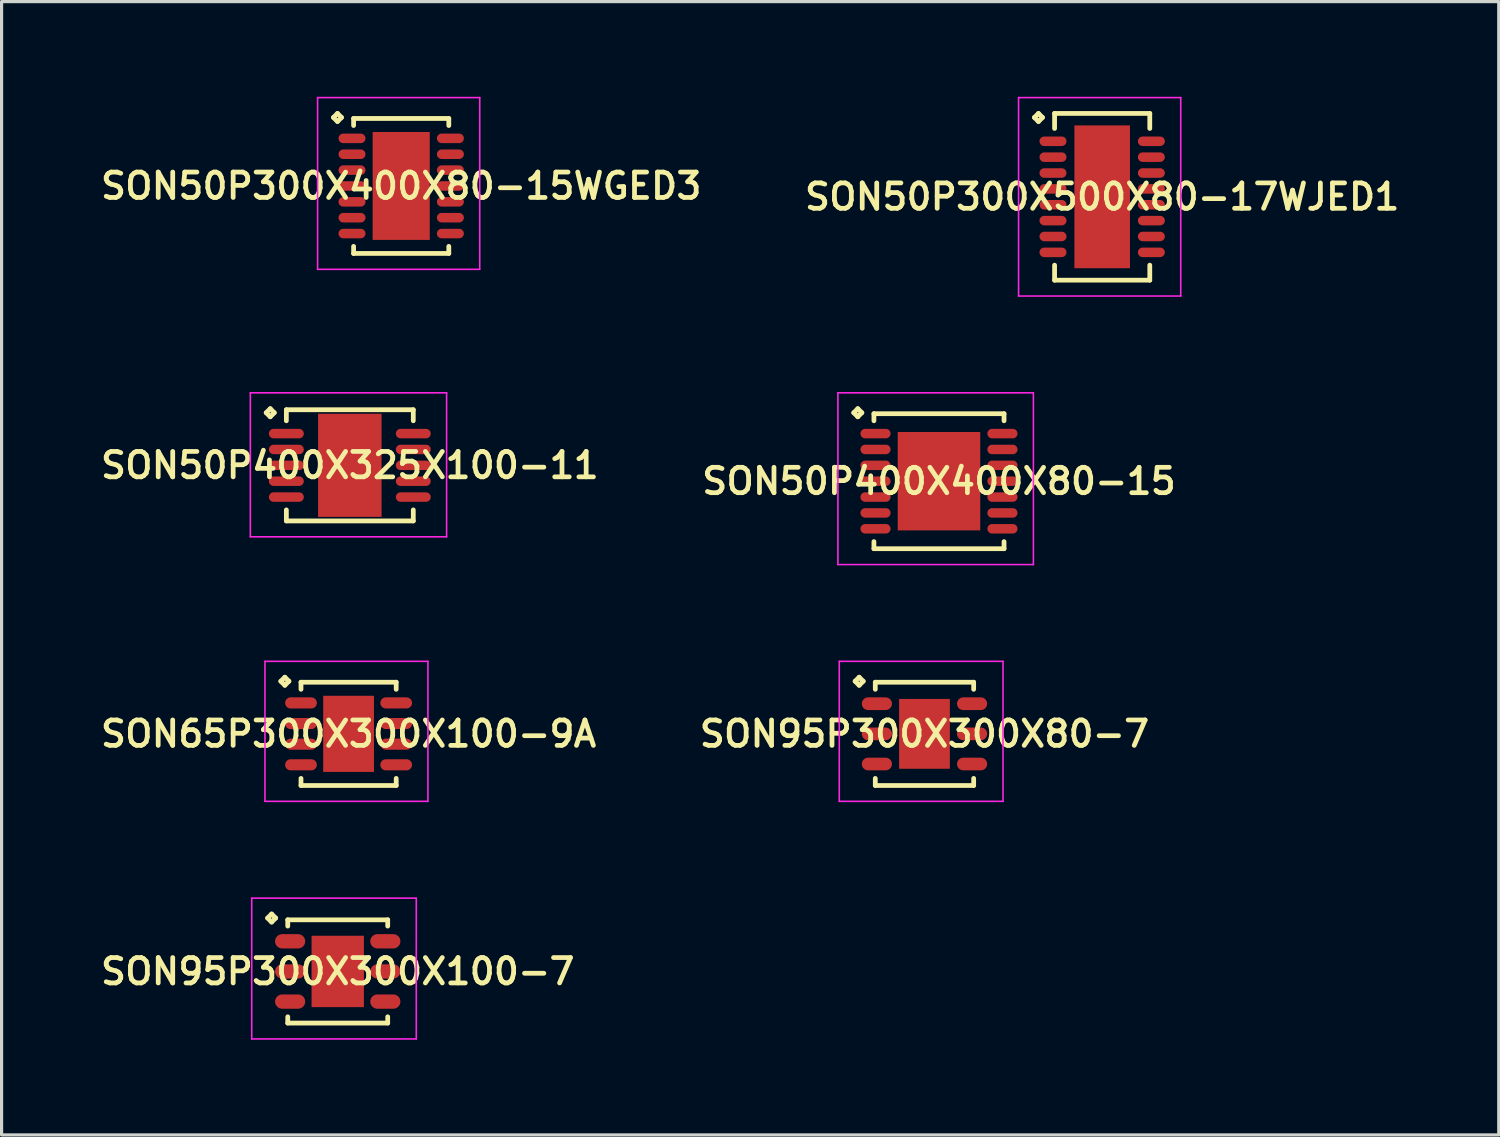
<source format=kicad_pcb>
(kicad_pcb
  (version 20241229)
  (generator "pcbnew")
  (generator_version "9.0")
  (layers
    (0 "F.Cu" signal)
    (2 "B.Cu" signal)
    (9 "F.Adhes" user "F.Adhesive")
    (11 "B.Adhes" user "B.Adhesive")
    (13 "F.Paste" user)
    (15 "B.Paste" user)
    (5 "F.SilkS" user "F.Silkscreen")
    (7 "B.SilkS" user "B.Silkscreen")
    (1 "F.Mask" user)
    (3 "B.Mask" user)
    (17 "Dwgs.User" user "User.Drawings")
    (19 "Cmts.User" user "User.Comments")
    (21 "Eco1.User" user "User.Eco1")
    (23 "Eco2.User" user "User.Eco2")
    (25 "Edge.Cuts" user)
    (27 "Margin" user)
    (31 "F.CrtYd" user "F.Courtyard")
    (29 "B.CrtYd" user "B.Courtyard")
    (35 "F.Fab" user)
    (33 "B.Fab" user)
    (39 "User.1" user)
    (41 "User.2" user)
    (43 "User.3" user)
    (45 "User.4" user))
  (footprint "SON50P400X325X100-11"
    (layer "F.Cu")
    (at 7.974 11.614)
    (property "Reference" "SON50P400X325X100-11" (at 0 0 0) (layer "F.SilkS") (effects (font (size 0.8 0.8) (thickness 0.15))))
    (attr smd)
    (fp_line (start -2.635 -1.658) (end -2.508 -1.785) (stroke (width 0.15) (type solid)) (layer "F.SilkS"))
    (fp_line (start -2.508 -1.785) (end -2.381 -1.658) (stroke (width 0.15) (type solid)) (layer "F.SilkS"))
    (fp_line (start -2.508 -1.531) (end -2.635 -1.658) (stroke (width 0.15) (type solid)) (layer "F.SilkS"))
    (fp_line (start -2.381 -1.658) (end -2.508 -1.531) (stroke (width 0.15) (type solid)) (layer "F.SilkS"))
    (fp_line (start -2 -1.752) (end 2 -1.752) (stroke (width 0.15) (type solid)) (layer "F.SilkS"))
    (fp_line (start -2 -1.404) (end -2 -1.752) (stroke (width 0.15) (type solid)) (layer "F.SilkS"))
    (fp_line (start -2 1.404) (end -2 1.752) (stroke (width 0.15) (type solid)) (layer "F.SilkS"))
    (fp_line (start -2 1.752) (end 2 1.752) (stroke (width 0.15) (type solid)) (layer "F.SilkS"))
    (fp_line (start 2 -1.752) (end 2 -1.404) (stroke (width 0.15) (type solid)) (layer "F.SilkS"))
    (fp_line (start 2 1.752) (end 2 1.404) (stroke (width 0.15) (type solid)) (layer "F.SilkS"))
    (fp_line (start -3.135 -2.285) (end 3.05 -2.285) (stroke (width 0.05) (type solid)) (layer "F.CrtYd"))
    (fp_line (start -3.135 2.252) (end -3.135 -2.285) (stroke (width 0.05) (type solid)) (layer "F.CrtYd"))
    (fp_line (start 3.05 -2.285) (end 3.05 2.252) (stroke (width 0.05) (type solid)) (layer "F.CrtYd"))
    (fp_line (start 3.05 2.252) (end -3.135 2.252) (stroke (width 0.05) (type solid)) (layer "F.CrtYd"))
    (pad "1" smd oval (at -2 -1) (size 1.1 0.3) (layers "F.Cu" "F.Mask" "F.Paste"))
    (pad "2" smd oval (at -2 -0.5) (size 1.1 0.3) (layers "F.Cu" "F.Mask" "F.Paste"))
    (pad "3" smd oval (at -2 0) (size 1.1 0.3) (layers "F.Cu" "F.Mask" "F.Paste"))
    (pad "4" smd oval (at -2 0.5) (size 1.1 0.3) (layers "F.Cu" "F.Mask" "F.Paste"))
    (pad "5" smd oval (at -2 1) (size 1.1 0.3) (layers "F.Cu" "F.Mask" "F.Paste"))
    (pad "6" smd oval (at 2 1) (size 1.1 0.3) (layers "F.Cu" "F.Mask" "F.Paste"))
    (pad "7" smd oval (at 2 0.5) (size 1.1 0.3) (layers "F.Cu" "F.Mask" "F.Paste"))
    (pad "8" smd oval (at 2 0) (size 1.1 0.3) (layers "F.Cu" "F.Mask" "F.Paste"))
    (pad "9" smd oval (at 2 -0.5) (size 1.1 0.3) (layers "F.Cu" "F.Mask" "F.Paste"))
    (pad "10" smd oval (at 2 -1) (size 1.1 0.3) (layers "F.Cu" "F.Mask" "F.Paste"))
    (pad "11" smd rect (at 0 0) (size 2 3.25) (layers "F.Cu" "F.Mask" "F.Paste")))
  (footprint "SON50P300X400X80-15WGED3"
    (layer "F.Cu")
    (at 9.593 2.81)
    (property "Reference" "SON50P300X400X80-15WGED3" (at 0 0 0) (layer "F.SilkS") (effects (font (size 0.8 0.8) (thickness 0.15))))
    (attr smd)
    (fp_line (start -2.135 -2.158) (end -2.008 -2.285) (stroke (width 0.15) (type solid)) (layer "F.SilkS"))
    (fp_line (start -2.008 -2.285) (end -1.881 -2.158) (stroke (width 0.15) (type solid)) (layer "F.SilkS"))
    (fp_line (start -2.008 -2.031) (end -2.135 -2.158) (stroke (width 0.15) (type solid)) (layer "F.SilkS"))
    (fp_line (start -1.881 -2.158) (end -2.008 -2.031) (stroke (width 0.15) (type solid)) (layer "F.SilkS"))
    (fp_line (start -1.5 -2.127) (end 1.5 -2.127) (stroke (width 0.15) (type solid)) (layer "F.SilkS"))
    (fp_line (start -1.5 -1.904) (end -1.5 -2.127) (stroke (width 0.15) (type solid)) (layer "F.SilkS"))
    (fp_line (start -1.5 1.904) (end -1.5 2.127) (stroke (width 0.15) (type solid)) (layer "F.SilkS"))
    (fp_line (start -1.5 2.127) (end 1.5 2.127) (stroke (width 0.15) (type solid)) (layer "F.SilkS"))
    (fp_line (start 1.5 -2.127) (end 1.5 -1.904) (stroke (width 0.15) (type solid)) (layer "F.SilkS"))
    (fp_line (start 1.5 2.127) (end 1.5 1.904) (stroke (width 0.15) (type solid)) (layer "F.SilkS"))
    (fp_line (start -2.635 -2.785) (end 2.475 -2.785) (stroke (width 0.05) (type solid)) (layer "F.CrtYd"))
    (fp_line (start -2.635 2.627) (end -2.635 -2.785) (stroke (width 0.05) (type solid)) (layer "F.CrtYd"))
    (fp_line (start 2.475 -2.785) (end 2.475 2.627) (stroke (width 0.05) (type solid)) (layer "F.CrtYd"))
    (fp_line (start 2.475 2.627) (end -2.635 2.627) (stroke (width 0.05) (type solid)) (layer "F.CrtYd"))
    (pad "1" smd oval (at -1.55 -1.5) (size 0.85 0.3) (layers "F.Cu" "F.Mask" "F.Paste"))
    (pad "2" smd oval (at -1.55 -1) (size 0.85 0.3) (layers "F.Cu" "F.Mask" "F.Paste"))
    (pad "3" smd oval (at -1.55 -0.5) (size 0.85 0.3) (layers "F.Cu" "F.Mask" "F.Paste"))
    (pad "4" smd oval (at -1.55 0) (size 0.85 0.3) (layers "F.Cu" "F.Mask" "F.Paste"))
    (pad "5" smd oval (at -1.55 0.5) (size 0.85 0.3) (layers "F.Cu" "F.Mask" "F.Paste"))
    (pad "6" smd oval (at -1.55 1) (size 0.85 0.3) (layers "F.Cu" "F.Mask" "F.Paste"))
    (pad "7" smd oval (at -1.55 1.5) (size 0.85 0.3) (layers "F.Cu" "F.Mask" "F.Paste"))
    (pad "8" smd oval (at 1.55 1.5) (size 0.85 0.3) (layers "F.Cu" "F.Mask" "F.Paste"))
    (pad "9" smd oval (at 1.55 1) (size 0.85 0.3) (layers "F.Cu" "F.Mask" "F.Paste"))
    (pad "10" smd oval (at 1.55 0.5) (size 0.85 0.3) (layers "F.Cu" "F.Mask" "F.Paste"))
    (pad "11" smd oval (at 1.55 0) (size 0.85 0.3) (layers "F.Cu" "F.Mask" "F.Paste"))
    (pad "12" smd oval (at 1.55 -0.5) (size 0.85 0.3) (layers "F.Cu" "F.Mask" "F.Paste"))
    (pad "13" smd oval (at 1.55 -1) (size 0.85 0.3) (layers "F.Cu" "F.Mask" "F.Paste"))
    (pad "14" smd oval (at 1.55 -1.5) (size 0.85 0.3) (layers "F.Cu" "F.Mask" "F.Paste"))
    (pad "15" smd rect (at 0 0) (size 1.8 3.4) (layers "F.Cu" "F.Mask" "F.Paste")))
  (footprint "SON95P300X300X100-7"
    (layer "F.Cu")
    (at 7.593 27.563)
    (property "Reference" "SON95P300X300X100-7" (at 0 0 0) (layer "F.SilkS") (effects (font (size 0.8 0.8) (thickness 0.15))))
    (attr smd)
    (fp_line (start -2.21 -1.683) (end -2.083 -1.81) (stroke (width 0.15) (type solid)) (layer "F.SilkS"))
    (fp_line (start -2.083 -1.81) (end -1.956 -1.683) (stroke (width 0.15) (type solid)) (layer "F.SilkS"))
    (fp_line (start -2.083 -1.556) (end -2.21 -1.683) (stroke (width 0.15) (type solid)) (layer "F.SilkS"))
    (fp_line (start -1.956 -1.683) (end -2.083 -1.556) (stroke (width 0.15) (type solid)) (layer "F.SilkS"))
    (fp_line (start -1.575 -1.627) (end 1.575 -1.627) (stroke (width 0.15) (type solid)) (layer "F.SilkS"))
    (fp_line (start -1.575 -1.429) (end -1.575 -1.627) (stroke (width 0.15) (type solid)) (layer "F.SilkS"))
    (fp_line (start -1.575 1.429) (end -1.575 1.627) (stroke (width 0.15) (type solid)) (layer "F.SilkS"))
    (fp_line (start -1.575 1.627) (end 1.575 1.627) (stroke (width 0.15) (type solid)) (layer "F.SilkS"))
    (fp_line (start 1.575 -1.627) (end 1.575 -1.429) (stroke (width 0.15) (type solid)) (layer "F.SilkS"))
    (fp_line (start 1.575 1.627) (end 1.575 1.429) (stroke (width 0.15) (type solid)) (layer "F.SilkS"))
    (fp_line (start -2.71 -2.31) (end 2.475 -2.31) (stroke (width 0.05) (type solid)) (layer "F.CrtYd"))
    (fp_line (start -2.71 2.127) (end -2.71 -2.31) (stroke (width 0.05) (type solid)) (layer "F.CrtYd"))
    (fp_line (start 2.475 -2.31) (end 2.475 2.127) (stroke (width 0.05) (type solid)) (layer "F.CrtYd"))
    (fp_line (start 2.475 2.127) (end -2.71 2.127) (stroke (width 0.05) (type solid)) (layer "F.CrtYd"))
    (pad "1" smd oval (at -1.5 -0.95) (size 0.95 0.45) (layers "F.Cu" "F.Mask" "F.Paste"))
    (pad "2" smd oval (at -1.5 0) (size 0.95 0.45) (layers "F.Cu" "F.Mask" "F.Paste"))
    (pad "3" smd oval (at -1.5 0.95) (size 0.95 0.45) (layers "F.Cu" "F.Mask" "F.Paste"))
    (pad "4" smd oval (at 1.5 0.95) (size 0.95 0.45) (layers "F.Cu" "F.Mask" "F.Paste"))
    (pad "5" smd oval (at 1.5 0) (size 0.95 0.45) (layers "F.Cu" "F.Mask" "F.Paste"))
    (pad "6" smd oval (at 1.5 -0.95) (size 0.95 0.45) (layers "F.Cu" "F.Mask" "F.Paste"))
    (pad "7" smd rect (at 0 0) (size 1.65 2.25) (layers "F.Cu" "F.Mask" "F.Paste")))
  (footprint "SON50P300X500X80-17WJED1"
    (layer "F.Cu")
    (at 31.683 3.152)
    (property "Reference" "SON50P300X500X80-17WJED1" (at 0 0 0) (layer "F.SilkS") (effects (font (size 0.8 0.8) (thickness 0.15))))
    (attr smd)
    (fp_line (start -2.135 -2.5) (end -2.008 -2.627) (stroke (width 0.15) (type solid)) (layer "F.SilkS"))
    (fp_line (start -2.008 -2.627) (end -1.881 -2.5) (stroke (width 0.15) (type solid)) (layer "F.SilkS"))
    (fp_line (start -2.008 -2.373) (end -2.135 -2.5) (stroke (width 0.15) (type solid)) (layer "F.SilkS"))
    (fp_line (start -1.881 -2.5) (end -2.008 -2.373) (stroke (width 0.15) (type solid)) (layer "F.SilkS"))
    (fp_line (start -1.5 -2.627) (end 1.5 -2.627) (stroke (width 0.15) (type solid)) (layer "F.SilkS"))
    (fp_line (start -1.5 -2.154) (end -1.5 -2.627) (stroke (width 0.15) (type solid)) (layer "F.SilkS"))
    (fp_line (start -1.5 2.154) (end -1.5 2.627) (stroke (width 0.15) (type solid)) (layer "F.SilkS"))
    (fp_line (start -1.5 2.627) (end 1.5 2.627) (stroke (width 0.15) (type solid)) (layer "F.SilkS"))
    (fp_line (start 1.5 -2.627) (end 1.5 -2.154) (stroke (width 0.15) (type solid)) (layer "F.SilkS"))
    (fp_line (start 1.5 2.627) (end 1.5 2.154) (stroke (width 0.15) (type solid)) (layer "F.SilkS"))
    (fp_line (start -2.635 -3.127) (end 2.475 -3.127) (stroke (width 0.05) (type solid)) (layer "F.CrtYd"))
    (fp_line (start -2.635 3.127) (end -2.635 -3.127) (stroke (width 0.05) (type solid)) (layer "F.CrtYd"))
    (fp_line (start 2.475 -3.127) (end 2.475 3.127) (stroke (width 0.05) (type solid)) (layer "F.CrtYd"))
    (fp_line (start 2.475 3.127) (end -2.635 3.127) (stroke (width 0.05) (type solid)) (layer "F.CrtYd"))
    (pad "1" smd oval (at -1.55 -1.75) (size 0.85 0.3) (layers "F.Cu" "F.Mask" "F.Paste"))
    (pad "2" smd oval (at -1.55 -1.25) (size 0.85 0.3) (layers "F.Cu" "F.Mask" "F.Paste"))
    (pad "3" smd oval (at -1.55 -0.75) (size 0.85 0.3) (layers "F.Cu" "F.Mask" "F.Paste"))
    (pad "4" smd oval (at -1.55 -0.25) (size 0.85 0.3) (layers "F.Cu" "F.Mask" "F.Paste"))
    (pad "5" smd oval (at -1.55 0.25) (size 0.85 0.3) (layers "F.Cu" "F.Mask" "F.Paste"))
    (pad "6" smd oval (at -1.55 0.75) (size 0.85 0.3) (layers "F.Cu" "F.Mask" "F.Paste"))
    (pad "7" smd oval (at -1.55 1.25) (size 0.85 0.3) (layers "F.Cu" "F.Mask" "F.Paste"))
    (pad "8" smd oval (at -1.55 1.75) (size 0.85 0.3) (layers "F.Cu" "F.Mask" "F.Paste"))
    (pad "9" smd oval (at 1.55 1.75) (size 0.85 0.3) (layers "F.Cu" "F.Mask" "F.Paste"))
    (pad "10" smd oval (at 1.55 1.25) (size 0.85 0.3) (layers "F.Cu" "F.Mask" "F.Paste"))
    (pad "11" smd oval (at 1.55 0.75) (size 0.85 0.3) (layers "F.Cu" "F.Mask" "F.Paste"))
    (pad "12" smd oval (at 1.55 0.25) (size 0.85 0.3) (layers "F.Cu" "F.Mask" "F.Paste"))
    (pad "13" smd oval (at 1.55 -0.25) (size 0.85 0.3) (layers "F.Cu" "F.Mask" "F.Paste"))
    (pad "14" smd oval (at 1.55 -0.75) (size 0.85 0.3) (layers "F.Cu" "F.Mask" "F.Paste"))
    (pad "15" smd oval (at 1.55 -1.25) (size 0.85 0.3) (layers "F.Cu" "F.Mask" "F.Paste"))
    (pad "16" smd oval (at 1.55 -1.75) (size 0.85 0.3) (layers "F.Cu" "F.Mask" "F.Paste"))
    (pad "17" smd rect (at 0 0) (size 1.75 4.5) (layers "F.Cu" "F.Mask" "F.Paste")))
  (footprint "SON95P300X300X80-7"
    (layer "F.Cu")
    (at 26.083 20.076)
    (property "Reference" "SON95P300X300X80-7" (at 0 0 0) (layer "F.SilkS") (effects (font (size 0.8 0.8) (thickness 0.15))))
    (attr smd)
    (fp_line (start -2.185 -1.658) (end -2.058 -1.785) (stroke (width 0.15) (type solid)) (layer "F.SilkS"))
    (fp_line (start -2.058 -1.785) (end -1.931 -1.658) (stroke (width 0.15) (type solid)) (layer "F.SilkS"))
    (fp_line (start -2.058 -1.531) (end -2.185 -1.658) (stroke (width 0.15) (type solid)) (layer "F.SilkS"))
    (fp_line (start -1.931 -1.658) (end -2.058 -1.531) (stroke (width 0.15) (type solid)) (layer "F.SilkS"))
    (fp_line (start -1.55 -1.627) (end 1.55 -1.627) (stroke (width 0.15) (type solid)) (layer "F.SilkS"))
    (fp_line (start -1.55 -1.404) (end -1.55 -1.627) (stroke (width 0.15) (type solid)) (layer "F.SilkS"))
    (fp_line (start -1.55 1.404) (end -1.55 1.627) (stroke (width 0.15) (type solid)) (layer "F.SilkS"))
    (fp_line (start -1.55 1.627) (end 1.55 1.627) (stroke (width 0.15) (type solid)) (layer "F.SilkS"))
    (fp_line (start 1.55 -1.627) (end 1.55 -1.404) (stroke (width 0.15) (type solid)) (layer "F.SilkS"))
    (fp_line (start 1.55 1.627) (end 1.55 1.404) (stroke (width 0.15) (type solid)) (layer "F.SilkS"))
    (fp_line (start -2.685 -2.285) (end 2.475 -2.285) (stroke (width 0.05) (type solid)) (layer "F.CrtYd"))
    (fp_line (start -2.685 2.127) (end -2.685 -2.285) (stroke (width 0.05) (type solid)) (layer "F.CrtYd"))
    (fp_line (start 2.475 -2.285) (end 2.475 2.127) (stroke (width 0.05) (type solid)) (layer "F.CrtYd"))
    (fp_line (start 2.475 2.127) (end -2.685 2.127) (stroke (width 0.05) (type solid)) (layer "F.CrtYd"))
    (pad "1" smd oval (at -1.5 -0.95) (size 0.95 0.4) (layers "F.Cu" "F.Mask" "F.Paste"))
    (pad "2" smd oval (at -1.5 0) (size 0.95 0.4) (layers "F.Cu" "F.Mask" "F.Paste"))
    (pad "3" smd oval (at -1.5 0.95) (size 0.95 0.4) (layers "F.Cu" "F.Mask" "F.Paste"))
    (pad "4" smd oval (at 1.5 0.95) (size 0.95 0.4) (layers "F.Cu" "F.Mask" "F.Paste"))
    (pad "5" smd oval (at 1.5 0) (size 0.95 0.4) (layers "F.Cu" "F.Mask" "F.Paste"))
    (pad "6" smd oval (at 1.5 -0.95) (size 0.95 0.4) (layers "F.Cu" "F.Mask" "F.Paste"))
    (pad "7" smd rect (at 0 0) (size 1.6 2.2) (layers "F.Cu" "F.Mask" "F.Paste")))
  (footprint "SON50P400X400X80-15"
    (layer "F.Cu")
    (at 26.54 12.114)
    (property "Reference" "SON50P400X400X80-15" (at 0 0 0) (layer "F.SilkS") (effects (font (size 0.8 0.8) (thickness 0.15))))
    (attr smd)
    (fp_line (start -2.685 -2.158) (end -2.558 -2.285) (stroke (width 0.15) (type solid)) (layer "F.SilkS"))
    (fp_line (start -2.558 -2.285) (end -2.431 -2.158) (stroke (width 0.15) (type solid)) (layer "F.SilkS"))
    (fp_line (start -2.558 -2.031) (end -2.685 -2.158) (stroke (width 0.15) (type solid)) (layer "F.SilkS"))
    (fp_line (start -2.431 -2.158) (end -2.558 -2.031) (stroke (width 0.15) (type solid)) (layer "F.SilkS"))
    (fp_line (start -2.05 -2.127) (end 2.05 -2.127) (stroke (width 0.15) (type solid)) (layer "F.SilkS"))
    (fp_line (start -2.05 -1.904) (end -2.05 -2.127) (stroke (width 0.15) (type solid)) (layer "F.SilkS"))
    (fp_line (start -2.05 1.904) (end -2.05 2.127) (stroke (width 0.15) (type solid)) (layer "F.SilkS"))
    (fp_line (start -2.05 2.127) (end 2.05 2.127) (stroke (width 0.15) (type solid)) (layer "F.SilkS"))
    (fp_line (start 2.05 -2.127) (end 2.05 -1.904) (stroke (width 0.15) (type solid)) (layer "F.SilkS"))
    (fp_line (start 2.05 2.127) (end 2.05 1.904) (stroke (width 0.15) (type solid)) (layer "F.SilkS"))
    (fp_line (start -3.185 -2.785) (end 2.975 -2.785) (stroke (width 0.05) (type solid)) (layer "F.CrtYd"))
    (fp_line (start -3.185 2.627) (end -3.185 -2.785) (stroke (width 0.05) (type solid)) (layer "F.CrtYd"))
    (fp_line (start 2.975 -2.785) (end 2.975 2.627) (stroke (width 0.05) (type solid)) (layer "F.CrtYd"))
    (fp_line (start 2.975 2.627) (end -3.185 2.627) (stroke (width 0.05) (type solid)) (layer "F.CrtYd"))
    (pad "1" smd oval (at -2 -1.5) (size 0.95 0.3) (layers "F.Cu" "F.Mask" "F.Paste"))
    (pad "2" smd oval (at -2 -1) (size 0.95 0.3) (layers "F.Cu" "F.Mask" "F.Paste"))
    (pad "3" smd oval (at -2 -0.5) (size 0.95 0.3) (layers "F.Cu" "F.Mask" "F.Paste"))
    (pad "4" smd oval (at -2 0) (size 0.95 0.3) (layers "F.Cu" "F.Mask" "F.Paste"))
    (pad "5" smd oval (at -2 0.5) (size 0.95 0.3) (layers "F.Cu" "F.Mask" "F.Paste"))
    (pad "6" smd oval (at -2 1) (size 0.95 0.3) (layers "F.Cu" "F.Mask" "F.Paste"))
    (pad "7" smd oval (at -2 1.5) (size 0.95 0.3) (layers "F.Cu" "F.Mask" "F.Paste"))
    (pad "8" smd oval (at 2 1.5) (size 0.95 0.3) (layers "F.Cu" "F.Mask" "F.Paste"))
    (pad "9" smd oval (at 2 1) (size 0.95 0.3) (layers "F.Cu" "F.Mask" "F.Paste"))
    (pad "10" smd oval (at 2 0.5) (size 0.95 0.3) (layers "F.Cu" "F.Mask" "F.Paste"))
    (pad "11" smd oval (at 2 0) (size 0.95 0.3) (layers "F.Cu" "F.Mask" "F.Paste"))
    (pad "12" smd oval (at 2 -0.5) (size 0.95 0.3) (layers "F.Cu" "F.Mask" "F.Paste"))
    (pad "13" smd oval (at 2 -1) (size 0.95 0.3) (layers "F.Cu" "F.Mask" "F.Paste"))
    (pad "14" smd oval (at 2 -1.5) (size 0.95 0.3) (layers "F.Cu" "F.Mask" "F.Paste"))
    (pad "15" smd rect (at 0 0) (size 2.6 3.1) (layers "F.Cu" "F.Mask" "F.Paste")))
  (footprint "SON65P300X300X100-9A"
    (layer "F.Cu")
    (at 7.935 20.076)
    (property "Reference" "SON65P300X300X100-9A" (at 0 0 0) (layer "F.SilkS") (effects (font (size 0.8 0.8) (thickness 0.15))))
    (attr smd)
    (fp_line (start -2.135 -1.658) (end -2.008 -1.785) (stroke (width 0.15) (type solid)) (layer "F.SilkS"))
    (fp_line (start -2.008 -1.785) (end -1.881 -1.658) (stroke (width 0.15) (type solid)) (layer "F.SilkS"))
    (fp_line (start -2.008 -1.531) (end -2.135 -1.658) (stroke (width 0.15) (type solid)) (layer "F.SilkS"))
    (fp_line (start -1.881 -1.658) (end -2.008 -1.531) (stroke (width 0.15) (type solid)) (layer "F.SilkS"))
    (fp_line (start -1.5 -1.627) (end 1.5 -1.627) (stroke (width 0.15) (type solid)) (layer "F.SilkS"))
    (fp_line (start -1.5 -1.404) (end -1.5 -1.627) (stroke (width 0.15) (type solid)) (layer "F.SilkS"))
    (fp_line (start -1.5 1.404) (end -1.5 1.627) (stroke (width 0.15) (type solid)) (layer "F.SilkS"))
    (fp_line (start -1.5 1.627) (end 1.5 1.627) (stroke (width 0.15) (type solid)) (layer "F.SilkS"))
    (fp_line (start 1.5 -1.627) (end 1.5 -1.404) (stroke (width 0.15) (type solid)) (layer "F.SilkS"))
    (fp_line (start 1.5 1.627) (end 1.5 1.404) (stroke (width 0.15) (type solid)) (layer "F.SilkS"))
    (fp_line (start -2.635 -2.285) (end 2.5 -2.285) (stroke (width 0.05) (type solid)) (layer "F.CrtYd"))
    (fp_line (start -2.635 2.127) (end -2.635 -2.285) (stroke (width 0.05) (type solid)) (layer "F.CrtYd"))
    (fp_line (start 2.5 -2.285) (end 2.5 2.127) (stroke (width 0.05) (type solid)) (layer "F.CrtYd"))
    (fp_line (start 2.5 2.127) (end -2.635 2.127) (stroke (width 0.05) (type solid)) (layer "F.CrtYd"))
    (pad "1" smd oval (at -1.5 -0.975) (size 1 0.35) (layers "F.Cu" "F.Mask" "F.Paste"))
    (pad "2" smd oval (at -1.5 -0.325) (size 1 0.35) (layers "F.Cu" "F.Mask" "F.Paste"))
    (pad "3" smd oval (at -1.5 0.325) (size 1 0.35) (layers "F.Cu" "F.Mask" "F.Paste"))
    (pad "4" smd oval (at -1.5 0.975) (size 1 0.35) (layers "F.Cu" "F.Mask" "F.Paste"))
    (pad "5" smd oval (at 1.5 0.975) (size 1 0.35) (layers "F.Cu" "F.Mask" "F.Paste"))
    (pad "6" smd oval (at 1.5 0.325) (size 1 0.35) (layers "F.Cu" "F.Mask" "F.Paste"))
    (pad "7" smd oval (at 1.5 -0.325) (size 1 0.35) (layers "F.Cu" "F.Mask" "F.Paste"))
    (pad "8" smd oval (at 1.5 -0.975) (size 1 0.35) (layers "F.Cu" "F.Mask" "F.Paste"))
    (pad "9" smd rect (at 0 0) (size 1.6 2.4) (layers "F.Cu" "F.Mask" "F.Paste")))
  (gr_rect
    (start -3 -3)
    (end 44.18 32.715)
    (stroke (width 0.1) (type default))
    (fill no)
    (layer "Edge.Cuts")))
</source>
